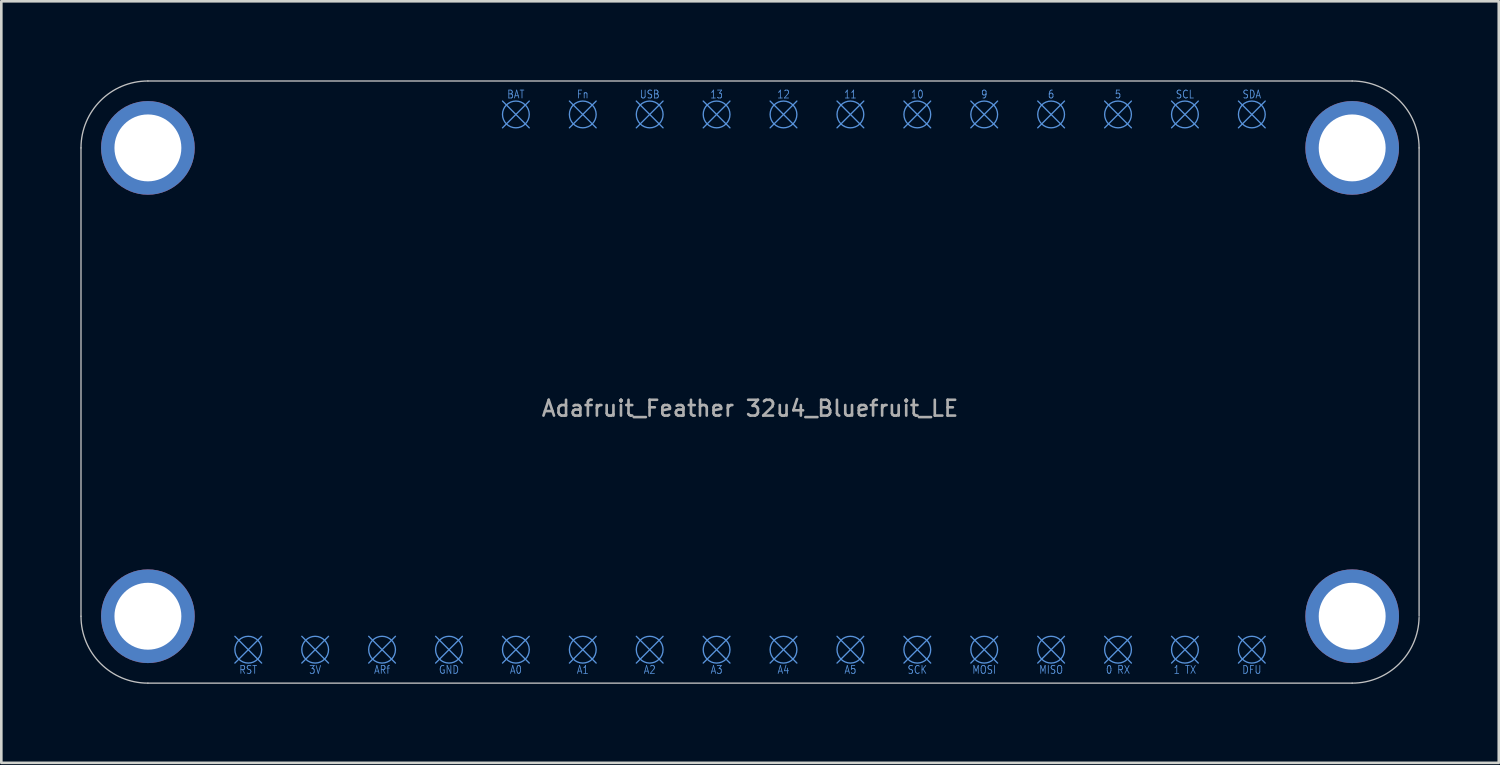
<source format=kicad_pcb>
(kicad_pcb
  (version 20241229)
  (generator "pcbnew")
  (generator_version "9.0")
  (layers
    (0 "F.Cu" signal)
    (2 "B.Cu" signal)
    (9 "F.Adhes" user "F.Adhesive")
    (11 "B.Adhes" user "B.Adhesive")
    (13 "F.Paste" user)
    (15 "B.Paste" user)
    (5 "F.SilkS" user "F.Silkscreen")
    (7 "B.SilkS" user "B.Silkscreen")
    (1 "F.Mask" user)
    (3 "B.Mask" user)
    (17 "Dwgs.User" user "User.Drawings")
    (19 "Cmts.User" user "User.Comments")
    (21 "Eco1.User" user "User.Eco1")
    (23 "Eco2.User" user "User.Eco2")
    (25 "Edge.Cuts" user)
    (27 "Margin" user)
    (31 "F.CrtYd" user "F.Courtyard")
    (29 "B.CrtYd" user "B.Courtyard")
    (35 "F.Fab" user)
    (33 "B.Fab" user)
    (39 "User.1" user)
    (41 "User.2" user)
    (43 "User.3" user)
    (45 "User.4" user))
  (footprint "Adafruit_Feather 32u4_Bluefruit_LE"
    (layer "F.Cu")
    (at 25.425 11.455)
    (property "Reference" "Adafruit_Feather 32u4_Bluefruit_LE" (at 0 1 0) (layer "F.Fab") (effects (font (size 0.6 0.6) (thickness 0.1))))
    (attr through_hole)
    (fp_line (start -25.4 -8.89) (end -25.4 8.89) (stroke (width 0.05) (type solid)) (layer "Dwgs.User"))
    (fp_line (start -22.86 11.43) (end 22.86 11.43) (stroke (width 0.05) (type solid)) (layer "Dwgs.User"))
    (fp_line (start 22.86 -11.43) (end -22.86 -11.43) (stroke (width 0.05) (type solid)) (layer "Dwgs.User"))
    (fp_line (start 25.4 8.89) (end 25.4 -8.89) (stroke (width 0.05) (type solid)) (layer "Dwgs.User"))
    (fp_arc (start -25.4 -8.89) (mid -24.656051 -10.686051) (end -22.86 -11.43) (stroke (width 0.05) (type solid)) (layer "Dwgs.User"))
    (fp_arc (start -22.86 11.43) (mid -24.656051 10.686051) (end -25.4 8.89) (stroke (width 0.05) (type solid)) (layer "Dwgs.User"))
    (fp_arc (start 22.86 -11.43) (mid 24.656051 -10.686051) (end 25.4 -8.89) (stroke (width 0.05) (type solid)) (layer "Dwgs.User"))
    (fp_arc (start 25.399532 8.938762) (mid 24.638728 10.703209) (end 22.86 11.43) (stroke (width 0.05) (type solid)) (layer "Dwgs.User"))
    (fp_line (start -19.558 9.652) (end -18.542 10.668) (stroke (width 0.05) (type solid)) (layer "Cmts.User"))
    (fp_line (start -19.558 10.668) (end -18.542 9.652) (stroke (width 0.05) (type solid)) (layer "Cmts.User"))
    (fp_line (start -17.018 9.652) (end -16.002 10.668) (stroke (width 0.05) (type solid)) (layer "Cmts.User"))
    (fp_line (start -17.018 10.668) (end -16.002 9.652) (stroke (width 0.05) (type solid)) (layer "Cmts.User"))
    (fp_line (start -14.478 9.652) (end -13.462 10.668) (stroke (width 0.05) (type solid)) (layer "Cmts.User"))
    (fp_line (start -14.478 10.668) (end -13.462 9.652) (stroke (width 0.05) (type solid)) (layer "Cmts.User"))
    (fp_line (start -11.938 9.652) (end -10.922 10.668) (stroke (width 0.05) (type solid)) (layer "Cmts.User"))
    (fp_line (start -11.938 10.668) (end -10.922 9.652) (stroke (width 0.05) (type solid)) (layer "Cmts.User"))
    (fp_line (start -9.398 -10.668) (end -8.382 -9.652) (stroke (width 0.05) (type solid)) (layer "Cmts.User"))
    (fp_line (start -9.398 -9.652) (end -8.382 -10.668) (stroke (width 0.05) (type solid)) (layer "Cmts.User"))
    (fp_line (start -9.398 9.652) (end -8.382 10.668) (stroke (width 0.05) (type solid)) (layer "Cmts.User"))
    (fp_line (start -9.398 10.668) (end -8.382 9.652) (stroke (width 0.05) (type solid)) (layer "Cmts.User"))
    (fp_line (start -6.858 -10.668) (end -5.842 -9.652) (stroke (width 0.05) (type solid)) (layer "Cmts.User"))
    (fp_line (start -6.858 -9.652) (end -5.842 -10.668) (stroke (width 0.05) (type solid)) (layer "Cmts.User"))
    (fp_line (start -6.858 9.652) (end -5.842 10.668) (stroke (width 0.05) (type solid)) (layer "Cmts.User"))
    (fp_line (start -6.858 10.668) (end -5.842 9.652) (stroke (width 0.05) (type solid)) (layer "Cmts.User"))
    (fp_line (start -4.318 -10.668) (end -3.302 -9.652) (stroke (width 0.05) (type solid)) (layer "Cmts.User"))
    (fp_line (start -4.318 -9.652) (end -3.302 -10.668) (stroke (width 0.05) (type solid)) (layer "Cmts.User"))
    (fp_line (start -4.318 9.652) (end -3.302 10.668) (stroke (width 0.05) (type solid)) (layer "Cmts.User"))
    (fp_line (start -4.318 10.668) (end -3.302 9.652) (stroke (width 0.05) (type solid)) (layer "Cmts.User"))
    (fp_line (start -1.778 -10.668) (end -0.762 -9.652) (stroke (width 0.05) (type solid)) (layer "Cmts.User"))
    (fp_line (start -1.778 -9.652) (end -0.762 -10.668) (stroke (width 0.05) (type solid)) (layer "Cmts.User"))
    (fp_line (start -1.778 9.652) (end -0.762 10.668) (stroke (width 0.05) (type solid)) (layer "Cmts.User"))
    (fp_line (start -1.778 10.668) (end -0.762 9.652) (stroke (width 0.05) (type solid)) (layer "Cmts.User"))
    (fp_line (start 0.762 -10.668) (end 1.778 -9.652) (stroke (width 0.05) (type solid)) (layer "Cmts.User"))
    (fp_line (start 0.762 -9.652) (end 1.778 -10.668) (stroke (width 0.05) (type solid)) (layer "Cmts.User"))
    (fp_line (start 0.762 9.652) (end 1.778 10.668) (stroke (width 0.05) (type solid)) (layer "Cmts.User"))
    (fp_line (start 0.762 10.668) (end 1.778 9.652) (stroke (width 0.05) (type solid)) (layer "Cmts.User"))
    (fp_line (start 3.302 -10.668) (end 4.318 -9.652) (stroke (width 0.05) (type solid)) (layer "Cmts.User"))
    (fp_line (start 3.302 -9.652) (end 4.318 -10.668) (stroke (width 0.05) (type solid)) (layer "Cmts.User"))
    (fp_line (start 3.302 9.652) (end 4.318 10.668) (stroke (width 0.05) (type solid)) (layer "Cmts.User"))
    (fp_line (start 3.302 10.668) (end 4.318 9.652) (stroke (width 0.05) (type solid)) (layer "Cmts.User"))
    (fp_line (start 5.842 -10.668) (end 6.858 -9.652) (stroke (width 0.05) (type solid)) (layer "Cmts.User"))
    (fp_line (start 5.842 -9.652) (end 6.858 -10.668) (stroke (width 0.05) (type solid)) (layer "Cmts.User"))
    (fp_line (start 5.842 9.652) (end 6.858 10.668) (stroke (width 0.05) (type solid)) (layer "Cmts.User"))
    (fp_line (start 5.842 10.668) (end 6.858 9.652) (stroke (width 0.05) (type solid)) (layer "Cmts.User"))
    (fp_line (start 8.382 -10.668) (end 9.398 -9.652) (stroke (width 0.05) (type solid)) (layer "Cmts.User"))
    (fp_line (start 8.382 -9.652) (end 9.398 -10.668) (stroke (width 0.05) (type solid)) (layer "Cmts.User"))
    (fp_line (start 8.382 9.652) (end 9.398 10.668) (stroke (width 0.05) (type solid)) (layer "Cmts.User"))
    (fp_line (start 8.382 10.668) (end 9.398 9.652) (stroke (width 0.05) (type solid)) (layer "Cmts.User"))
    (fp_line (start 10.922 -10.668) (end 11.938 -9.652) (stroke (width 0.05) (type solid)) (layer "Cmts.User"))
    (fp_line (start 10.922 -9.652) (end 11.938 -10.668) (stroke (width 0.05) (type solid)) (layer "Cmts.User"))
    (fp_line (start 10.922 9.652) (end 11.938 10.668) (stroke (width 0.05) (type solid)) (layer "Cmts.User"))
    (fp_line (start 10.922 10.668) (end 11.938 9.652) (stroke (width 0.05) (type solid)) (layer "Cmts.User"))
    (fp_line (start 13.462 -10.668) (end 14.478 -9.652) (stroke (width 0.05) (type solid)) (layer "Cmts.User"))
    (fp_line (start 13.462 -9.652) (end 14.478 -10.668) (stroke (width 0.05) (type solid)) (layer "Cmts.User"))
    (fp_line (start 13.462 9.652) (end 14.478 10.668) (stroke (width 0.05) (type solid)) (layer "Cmts.User"))
    (fp_line (start 13.462 10.668) (end 14.478 9.652) (stroke (width 0.05) (type solid)) (layer "Cmts.User"))
    (fp_line (start 16.002 -10.668) (end 17.018 -9.652) (stroke (width 0.05) (type solid)) (layer "Cmts.User"))
    (fp_line (start 16.002 -9.652) (end 17.018 -10.668) (stroke (width 0.05) (type solid)) (layer "Cmts.User"))
    (fp_line (start 16.002 9.652) (end 17.018 10.668) (stroke (width 0.05) (type solid)) (layer "Cmts.User"))
    (fp_line (start 16.002 10.668) (end 17.018 9.652) (stroke (width 0.05) (type solid)) (layer "Cmts.User"))
    (fp_line (start 18.542 -10.668) (end 19.558 -9.652) (stroke (width 0.05) (type solid)) (layer "Cmts.User"))
    (fp_line (start 18.542 -9.652) (end 19.558 -10.668) (stroke (width 0.05) (type solid)) (layer "Cmts.User"))
    (fp_line (start 18.542 9.652) (end 19.558 10.668) (stroke (width 0.05) (type solid)) (layer "Cmts.User"))
    (fp_line (start 18.542 10.668) (end 19.558 9.652) (stroke (width 0.05) (type solid)) (layer "Cmts.User"))
    (fp_circle (center -19.05 10.16) (end -18.542 10.16) (stroke (width 0.05) (type solid)) (fill no) (layer "Cmts.User"))
    (fp_circle (center -16.51 10.16) (end -16.002 10.16) (stroke (width 0.05) (type solid)) (fill no) (layer "Cmts.User"))
    (fp_circle (center -13.97 10.16) (end -13.462 10.16) (stroke (width 0.05) (type solid)) (fill no) (layer "Cmts.User"))
    (fp_circle (center -11.43 10.16) (end -10.922 10.16) (stroke (width 0.05) (type solid)) (fill no) (layer "Cmts.User"))
    (fp_circle (center -8.89 -10.16) (end -8.382 -10.16) (stroke (width 0.05) (type solid)) (fill no) (layer "Cmts.User"))
    (fp_circle (center -8.89 10.16) (end -8.382 10.16) (stroke (width 0.05) (type solid)) (fill no) (layer "Cmts.User"))
    (fp_circle (center -6.35 -10.16) (end -5.842 -10.16) (stroke (width 0.05) (type solid)) (fill no) (layer "Cmts.User"))
    (fp_circle (center -6.35 10.16) (end -5.842 10.16) (stroke (width 0.05) (type solid)) (fill no) (layer "Cmts.User"))
    (fp_circle (center -3.81 -10.16) (end -3.302 -10.16) (stroke (width 0.05) (type solid)) (fill no) (layer "Cmts.User"))
    (fp_circle (center -3.81 10.16) (end -3.302 10.16) (stroke (width 0.05) (type solid)) (fill no) (layer "Cmts.User"))
    (fp_circle (center -1.27 -10.16) (end -0.762 -10.16) (stroke (width 0.05) (type solid)) (fill no) (layer "Cmts.User"))
    (fp_circle (center -1.27 10.16) (end -0.762 10.16) (stroke (width 0.05) (type solid)) (fill no) (layer "Cmts.User"))
    (fp_circle (center 1.27 -10.16) (end 1.778 -10.16) (stroke (width 0.05) (type solid)) (fill no) (layer "Cmts.User"))
    (fp_circle (center 1.27 10.16) (end 1.778 10.16) (stroke (width 0.05) (type solid)) (fill no) (layer "Cmts.User"))
    (fp_circle (center 3.81 -10.16) (end 4.318 -10.16) (stroke (width 0.05) (type solid)) (fill no) (layer "Cmts.User"))
    (fp_circle (center 3.81 10.16) (end 4.318 10.16) (stroke (width 0.05) (type solid)) (fill no) (layer "Cmts.User"))
    (fp_circle (center 6.35 -10.16) (end 6.858 -10.16) (stroke (width 0.05) (type solid)) (fill no) (layer "Cmts.User"))
    (fp_circle (center 6.35 10.16) (end 6.858 10.16) (stroke (width 0.05) (type solid)) (fill no) (layer "Cmts.User"))
    (fp_circle (center 8.89 -10.16) (end 9.398 -10.16) (stroke (width 0.05) (type solid)) (fill no) (layer "Cmts.User"))
    (fp_circle (center 8.89 10.16) (end 9.398 10.16) (stroke (width 0.05) (type solid)) (fill no) (layer "Cmts.User"))
    (fp_circle (center 11.43 -10.16) (end 11.938 -10.16) (stroke (width 0.05) (type solid)) (fill no) (layer "Cmts.User"))
    (fp_circle (center 11.43 10.16) (end 11.938 10.16) (stroke (width 0.05) (type solid)) (fill no) (layer "Cmts.User"))
    (fp_circle (center 13.97 -10.16) (end 14.478 -10.16) (stroke (width 0.05) (type solid)) (fill no) (layer "Cmts.User"))
    (fp_circle (center 13.97 10.16) (end 14.478 10.16) (stroke (width 0.05) (type solid)) (fill no) (layer "Cmts.User"))
    (fp_circle (center 16.51 -10.16) (end 17.018 -10.16) (stroke (width 0.05) (type solid)) (fill no) (layer "Cmts.User"))
    (fp_circle (center 16.51 10.16) (end 17.018 10.16) (stroke (width 0.05) (type solid)) (fill no) (layer "Cmts.User"))
    (fp_circle (center 19.05 -10.16) (end 19.558 -10.16) (stroke (width 0.05) (type solid)) (fill no) (layer "Cmts.User"))
    (fp_circle (center 19.05 10.16) (end 19.558 10.16) (stroke (width 0.05) (type solid)) (fill no) (layer "Cmts.User"))
    (fp_text user "A4" (at 1.27 10.922 0) (layer "Cmts.User") (effects (font (size 0.3 0.25) (thickness 0.03))))
    (fp_text user "BAT" (at -8.89 -10.922 0) (layer "Cmts.User") (effects (font (size 0.3 0.25) (thickness 0.03))))
    (fp_text user "DFU" (at 19.05 10.922 0) (layer "Cmts.User") (effects (font (size 0.3 0.25) (thickness 0.03))))
    (fp_text user "RST" (at -19.05 10.922 0) (layer "Cmts.User") (effects (font (size 0.3 0.25) (thickness 0.03))))
    (fp_text user "A5" (at 3.81 10.922 0) (layer "Cmts.User") (effects (font (size 0.3 0.25) (thickness 0.03))))
    (fp_text user "SCK" (at 6.35 10.922 0) (layer "Cmts.User") (effects (font (size 0.3 0.25) (thickness 0.03))))
    (fp_text user "6" (at 11.43 -10.922 0) (layer "Cmts.User") (effects (font (size 0.3 0.25) (thickness 0.03))))
    (fp_text user "A1" (at -6.35 10.922 0) (layer "Cmts.User") (effects (font (size 0.3 0.25) (thickness 0.03))))
    (fp_text user "SDA" (at 19.05 -10.922 0) (layer "Cmts.User") (effects (font (size 0.3 0.25) (thickness 0.03))))
    (fp_text user "12" (at 1.27 -10.922 0) (layer "Cmts.User") (effects (font (size 0.3 0.25) (thickness 0.03))))
    (fp_text user "A3" (at -1.27 10.922 0) (layer "Cmts.User") (effects (font (size 0.3 0.25) (thickness 0.03))))
    (fp_text user "GND" (at -11.43 10.922 0) (layer "Cmts.User") (effects (font (size 0.3 0.25) (thickness 0.03))))
    (fp_text user "3V" (at -16.51 10.922 0) (layer "Cmts.User") (effects (font (size 0.3 0.25) (thickness 0.03))))
    (fp_text user "ARf" (at -13.97 10.922 0) (layer "Cmts.User") (effects (font (size 0.3 0.25) (thickness 0.03))))
    (fp_text user "A0" (at -8.89 10.922 0) (layer "Cmts.User") (effects (font (size 0.3 0.25) (thickness 0.03))))
    (fp_text user "SCL" (at 16.51 -10.922 0) (layer "Cmts.User") (effects (font (size 0.3 0.25) (thickness 0.03))))
    (fp_text user "5" (at 13.97 -10.922 0) (layer "Cmts.User") (effects (font (size 0.3 0.25) (thickness 0.03))))
    (fp_text user "11" (at 3.81 -10.922 0) (layer "Cmts.User") (effects (font (size 0.3 0.25) (thickness 0.03))))
    (fp_text user "USB" (at -3.81 -10.922 0) (layer "Cmts.User") (effects (font (size 0.3 0.25) (thickness 0.03))))
    (fp_text user "0 RX" (at 13.97 10.922 0) (layer "Cmts.User") (effects (font (size 0.3 0.25) (thickness 0.03))))
    (fp_text user "MISO" (at 11.43 10.922 0) (layer "Cmts.User") (effects (font (size 0.3 0.25) (thickness 0.03))))
    (fp_text user "9" (at 8.89 -10.922 0) (layer "Cmts.User") (effects (font (size 0.3 0.25) (thickness 0.03))))
    (fp_text user "A2" (at -3.81 10.922 0) (layer "Cmts.User") (effects (font (size 0.3 0.25) (thickness 0.03))))
    (fp_text user "MOSI" (at 8.89 10.922 0) (layer "Cmts.User") (effects (font (size 0.3 0.25) (thickness 0.03))))
    (fp_text user "1 TX" (at 16.51 10.922 0) (layer "Cmts.User") (effects (font (size 0.3 0.25) (thickness 0.03))))
    (fp_text user "Fn" (at -6.35 -10.922 0) (layer "Cmts.User") (effects (font (size 0.3 0.25) (thickness 0.03))))
    (fp_text user "13" (at -1.27 -10.922 0) (layer "Cmts.User") (effects (font (size 0.3 0.25) (thickness 0.03))))
    (fp_text user "10" (at 6.35 -10.922 0) (layer "Cmts.User") (effects (font (size 0.3 0.25) (thickness 0.03))))
    (fp_text user "${REFERENCE}" (at 17.78 8.89 180) (layer "Eco1.User") (effects (font (size 0.3 0.3) (thickness 0.03))))
    (pad "" np_thru_hole circle (at -22.86 -8.89) (size 3.556 3.556) (drill 2.54) (layers "*.Cu" "*.Mask"))
    (pad "" np_thru_hole circle (at -22.86 8.89) (size 3.556 3.556) (drill 2.54) (layers "*.Cu" "*.Mask"))
    (pad "" np_thru_hole circle (at 22.86 -8.89) (size 3.556 3.556) (drill 2.54) (layers "*.Cu" "*.Mask"))
    (pad "" np_thru_hole circle (at 22.86 8.89) (size 3.556 3.556) (drill 2.54) (layers "*.Cu" "*.Mask")))
  (gr_rect
    (start -3 -3)
    (end 53.85 25.91)
    (stroke (width 0.1) (type default))
    (fill no)
    (layer "Edge.Cuts")))
</source>
